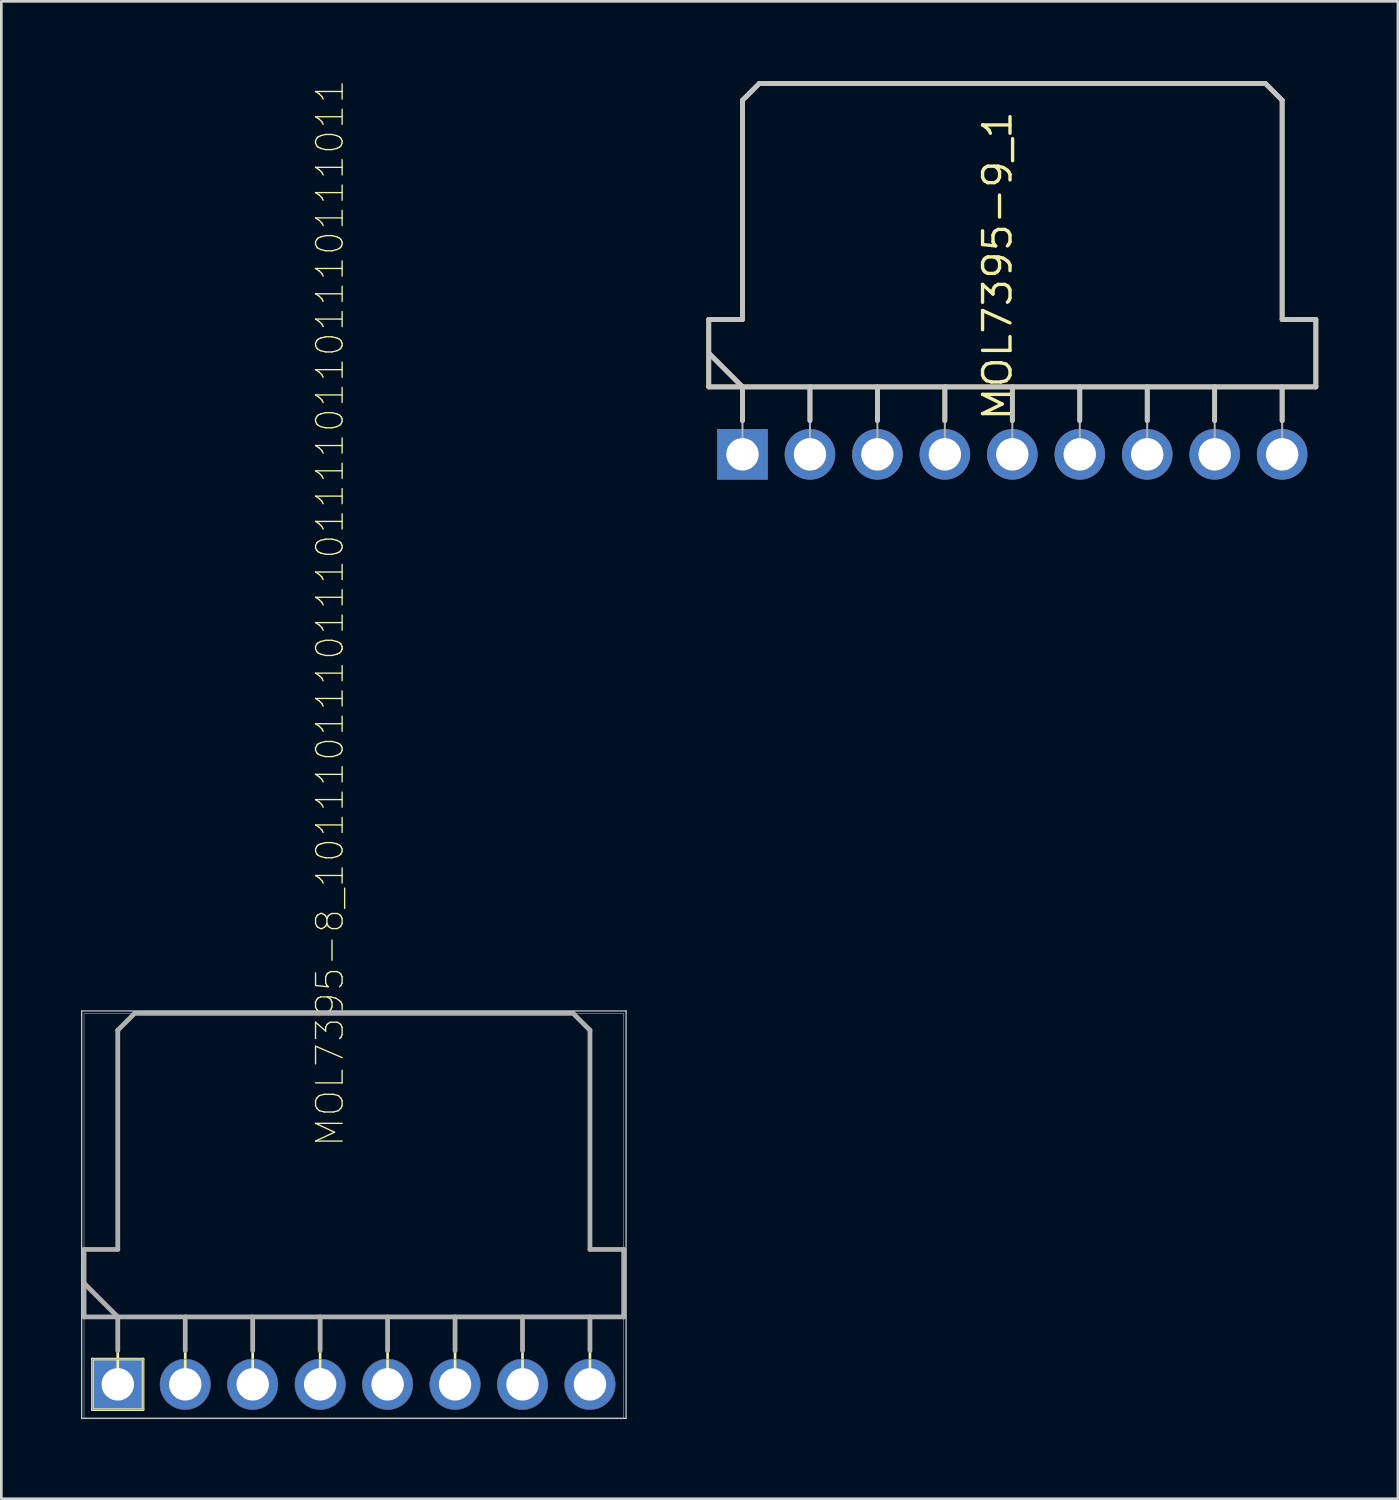
<source format=kicad_pcb>
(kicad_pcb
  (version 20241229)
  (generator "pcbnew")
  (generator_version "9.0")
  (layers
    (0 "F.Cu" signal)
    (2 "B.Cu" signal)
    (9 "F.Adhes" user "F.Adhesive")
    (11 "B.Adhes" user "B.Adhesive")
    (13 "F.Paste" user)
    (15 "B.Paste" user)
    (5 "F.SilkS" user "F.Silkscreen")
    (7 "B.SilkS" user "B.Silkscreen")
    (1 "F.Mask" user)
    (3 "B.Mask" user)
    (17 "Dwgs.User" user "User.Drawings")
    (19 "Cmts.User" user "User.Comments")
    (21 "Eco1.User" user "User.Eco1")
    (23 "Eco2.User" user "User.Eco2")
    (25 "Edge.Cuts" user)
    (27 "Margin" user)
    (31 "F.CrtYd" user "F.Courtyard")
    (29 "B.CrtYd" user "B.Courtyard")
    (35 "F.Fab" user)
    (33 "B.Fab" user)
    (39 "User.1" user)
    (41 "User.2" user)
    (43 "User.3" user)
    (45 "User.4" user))
  (footprint "MOL7395-8_10111011101110111101101110111011"
    (placed yes)
    (layer "F.Cu")
    (at 1.385 49.078)
    (property "Reference" "MOL7395-8_10111011101110111101101110111011" (at 8.572 -8.89 90) (layer "F.SilkS") (effects (font (size 1 1) (thickness 0.05)) (justify left bottom)))
    (attr through_hole)
    (fp_line (start -1.27 -5.08) (end -1.27 -2.54) (stroke (width 0.1) (type solid)) (layer "F.SilkS"))
    (fp_line (start -1.27 -2.54) (end 19.05 -2.54) (stroke (width 0.1) (type solid)) (layer "F.SilkS"))
    (fp_line (start -0.953 -0.953) (end -0.953 0.953) (stroke (width 0.1) (type solid)) (layer "F.SilkS"))
    (fp_line (start -0.953 0.953) (end 0.953 0.953) (stroke (width 0.1) (type solid)) (layer "F.SilkS"))
    (fp_line (start 0 -13.335) (end 0 -5.08) (stroke (width 0.1) (type solid)) (layer "F.SilkS"))
    (fp_line (start 0 -5.08) (end -1.27 -5.08) (stroke (width 0.1) (type solid)) (layer "F.SilkS"))
    (fp_line (start 0 -2.54) (end -1.25 -3.79) (stroke (width 0.1) (type solid)) (layer "F.SilkS"))
    (fp_line (start 0 0) (end 0 -2.54) (stroke (width 0.1) (type solid)) (layer "F.SilkS"))
    (fp_line (start 0.635 -13.97) (end 0 -13.335) (stroke (width 0.1) (type solid)) (layer "F.SilkS"))
    (fp_line (start 0.953 -0.953) (end -0.953 -0.953) (stroke (width 0.1) (type solid)) (layer "F.SilkS"))
    (fp_line (start 0.953 0.953) (end 0.953 -0.953) (stroke (width 0.1) (type solid)) (layer "F.SilkS"))
    (fp_line (start 2.54 0) (end 2.54 -2.54) (stroke (width 0.1) (type solid)) (layer "F.SilkS"))
    (fp_line (start 5.08 0) (end 5.08 -2.54) (stroke (width 0.1) (type solid)) (layer "F.SilkS"))
    (fp_line (start 7.62 0) (end 7.62 -2.54) (stroke (width 0.1) (type solid)) (layer "F.SilkS"))
    (fp_line (start 10.16 0) (end 10.16 -2.54) (stroke (width 0.1) (type solid)) (layer "F.SilkS"))
    (fp_line (start 12.7 0) (end 12.7 -2.54) (stroke (width 0.1) (type solid)) (layer "F.SilkS"))
    (fp_line (start 15.24 0) (end 15.24 -2.54) (stroke (width 0.1) (type solid)) (layer "F.SilkS"))
    (fp_line (start 17.145 -13.97) (end 0.635 -13.97) (stroke (width 0.1) (type solid)) (layer "F.SilkS"))
    (fp_line (start 17.78 -13.335) (end 17.145 -13.97) (stroke (width 0.1) (type solid)) (layer "F.SilkS"))
    (fp_line (start 17.78 -5.08) (end 17.78 -13.335) (stroke (width 0.1) (type solid)) (layer "F.SilkS"))
    (fp_line (start 17.78 0) (end 17.78 -2.54) (stroke (width 0.1) (type solid)) (layer "F.SilkS"))
    (fp_line (start 19.05 -5.08) (end 17.78 -5.08) (stroke (width 0.1) (type solid)) (layer "F.SilkS"))
    (fp_line (start 19.05 -2.54) (end 19.05 -5.08) (stroke (width 0.1) (type solid)) (layer "F.SilkS"))
    (fp_line (start -1.36 -14.06) (end 19.14 -14.06) (stroke (width 0.05) (type solid)) (layer "Dwgs.User"))
    (fp_line (start -1.36 1.283) (end -1.36 -14.06) (stroke (width 0.05) (type solid)) (layer "Dwgs.User"))
    (fp_line (start 19.14 -14.06) (end 19.14 1.283) (stroke (width 0.05) (type solid)) (layer "Dwgs.User"))
    (fp_line (start 19.14 1.283) (end -1.36 1.283) (stroke (width 0.05) (type solid)) (layer "Dwgs.User"))
    (fp_arc (start 3.4925 0) (mid 1.5875 0) (end 3.4925 0) (stroke (width 0.02) (type solid)) (layer "B.Fab"))
    (fp_arc (start 6.0325 0) (mid 4.1275 0) (end 6.0325 0) (stroke (width 0.02) (type solid)) (layer "B.Fab"))
    (fp_arc (start 8.5725 0) (mid 6.6675 0) (end 8.5725 0) (stroke (width 0.02) (type solid)) (layer "B.Fab"))
    (fp_arc (start 11.1125 0) (mid 9.2075 0) (end 11.1125 0) (stroke (width 0.02) (type solid)) (layer "B.Fab"))
    (fp_arc (start 13.6525 0) (mid 11.7475 0) (end 13.6525 0) (stroke (width 0.02) (type solid)) (layer "B.Fab"))
    (fp_arc (start 16.1925 0) (mid 14.2875 0) (end 16.1925 0) (stroke (width 0.02) (type solid)) (layer "B.Fab"))
    (fp_arc (start 18.7325 0) (mid 16.8275 0) (end 18.7325 0) (stroke (width 0.02) (type solid)) (layer "B.Fab"))
    (fp_poly (pts (xy 0.953 -0.953) (xy 0.953 0.953) (xy -0.953 0.953) (xy -0.953 -0.953)) (stroke (width 0.02) (type solid)) (fill no) (layer "B.Fab"))
    (fp_line (start -1.27 -5.08) (end -1.27 -2.54) (stroke (width 0.18) (type solid)) (layer "F.Fab"))
    (fp_line (start -1.27 -2.54) (end 19.05 -2.54) (stroke (width 0.18) (type solid)) (layer "F.Fab"))
    (fp_line (start 0 -13.335) (end 0 -5.08) (stroke (width 0.18) (type solid)) (layer "F.Fab"))
    (fp_line (start 0 -5.08) (end -1.27 -5.08) (stroke (width 0.18) (type solid)) (layer "F.Fab"))
    (fp_line (start 0 -2.54) (end -1.25 -3.79) (stroke (width 0.18) (type solid)) (layer "F.Fab"))
    (fp_line (start 0 -1.27) (end 0 -2.54) (stroke (width 0.18) (type solid)) (layer "F.Fab"))
    (fp_line (start 0.635 -13.97) (end 0 -13.335) (stroke (width 0.18) (type solid)) (layer "F.Fab"))
    (fp_line (start 2.54 -1.27) (end 2.54 -2.54) (stroke (width 0.18) (type solid)) (layer "F.Fab"))
    (fp_line (start 5.08 -1.27) (end 5.08 -2.54) (stroke (width 0.18) (type solid)) (layer "F.Fab"))
    (fp_line (start 7.62 -1.27) (end 7.62 -2.54) (stroke (width 0.18) (type solid)) (layer "F.Fab"))
    (fp_line (start 10.16 -1.27) (end 10.16 -2.54) (stroke (width 0.18) (type solid)) (layer "F.Fab"))
    (fp_line (start 12.7 -1.27) (end 12.7 -2.54) (stroke (width 0.18) (type solid)) (layer "F.Fab"))
    (fp_line (start 15.24 -1.27) (end 15.24 -2.54) (stroke (width 0.18) (type solid)) (layer "F.Fab"))
    (fp_line (start 17.145 -13.97) (end 0.635 -13.97) (stroke (width 0.18) (type solid)) (layer "F.Fab"))
    (fp_line (start 17.78 -13.335) (end 17.145 -13.97) (stroke (width 0.18) (type solid)) (layer "F.Fab"))
    (fp_line (start 17.78 -5.08) (end 17.78 -13.335) (stroke (width 0.18) (type solid)) (layer "F.Fab"))
    (fp_line (start 17.78 -1.27) (end 17.78 -2.54) (stroke (width 0.18) (type solid)) (layer "F.Fab"))
    (fp_line (start 19.05 -5.08) (end 17.78 -5.08) (stroke (width 0.18) (type solid)) (layer "F.Fab"))
    (fp_line (start 19.05 -2.54) (end 19.05 -5.08) (stroke (width 0.18) (type solid)) (layer "F.Fab"))
    (fp_poly (pts (xy -1.27 -13.97) (xy 19.05 -13.97) (xy 19.05 1.27) (xy -1.27 1.27) (xy -1.27 -13.97)) (stroke (width 0.02) (type solid)) (fill no) (layer "F.Fab"))
    (pad "1" thru_hole rect (at 0 0) (size 1.905 1.905) (drill 1.219) (layers "*.Cu" "*.Mask"))
    (pad "2" thru_hole circle (at 2.54 0) (size 1.905 1.905) (drill 1.219) (layers "*.Cu" "*.Mask"))
    (pad "3" thru_hole circle (at 5.08 0) (size 1.905 1.905) (drill 1.219) (layers "*.Cu" "*.Mask"))
    (pad "4" thru_hole circle (at 7.62 0) (size 1.905 1.905) (drill 1.219) (layers "*.Cu" "*.Mask"))
    (pad "5" thru_hole circle (at 10.16 0) (size 1.905 1.905) (drill 1.219) (layers "*.Cu" "*.Mask"))
    (pad "6" thru_hole circle (at 12.7 0) (size 1.905 1.905) (drill 1.219) (layers "*.Cu" "*.Mask"))
    (pad "7" thru_hole circle (at 15.24 0) (size 1.905 1.905) (drill 1.219) (layers "*.Cu" "*.Mask"))
    (pad "8" thru_hole circle (at 17.78 0) (size 1.905 1.905) (drill 1.219) (layers "*.Cu" "*.Mask")))
  (footprint "MOL7395-9_1"
    (layer "F.Cu")
    (at 24.909 14.059)
    (property "Reference" "MOL7395-9_1" (at 9.601 -7.099 90) (unlocked yes) (layer "F.SilkS") (effects (font (size 1.033 1.087) (thickness 0.127))))
    (attr smd)
    (fp_line (start -1.27 -5.08) (end 0 -5.08) (stroke (width 0.178) (type solid)) (layer "F.SilkS"))
    (fp_line (start -1.27 -2.54) (end -1.27 -5.08) (stroke (width 0.178) (type solid)) (layer "F.SilkS"))
    (fp_line (start -1.27 -2.54) (end 21.59 -2.54) (stroke (width 0.178) (type solid)) (layer "F.SilkS"))
    (fp_line (start -1.245 -3.785) (end 0 -2.54) (stroke (width 0.178) (type solid)) (layer "F.SilkS"))
    (fp_line (start 0 -13.335) (end 0.635 -13.97) (stroke (width 0.178) (type solid)) (layer "F.SilkS"))
    (fp_line (start 0 -5.08) (end 0 -13.335) (stroke (width 0.178) (type solid)) (layer "F.SilkS"))
    (fp_line (start 0 -1.27) (end 0 -2.54) (stroke (width 0.178) (type solid)) (layer "F.SilkS"))
    (fp_line (start 0.635 -13.97) (end 19.685 -13.97) (stroke (width 0.178) (type solid)) (layer "F.SilkS"))
    (fp_line (start 2.54 -1.27) (end 2.54 -2.54) (stroke (width 0.178) (type solid)) (layer "F.SilkS"))
    (fp_line (start 5.08 -1.27) (end 5.08 -2.54) (stroke (width 0.178) (type solid)) (layer "F.SilkS"))
    (fp_line (start 7.62 -1.27) (end 7.62 -2.54) (stroke (width 0.178) (type solid)) (layer "F.SilkS"))
    (fp_line (start 10.16 -1.27) (end 10.16 -2.54) (stroke (width 0.178) (type solid)) (layer "F.SilkS"))
    (fp_line (start 12.7 -1.27) (end 12.7 -2.54) (stroke (width 0.178) (type solid)) (layer "F.SilkS"))
    (fp_line (start 15.24 -1.27) (end 15.24 -2.54) (stroke (width 0.178) (type solid)) (layer "F.SilkS"))
    (fp_line (start 17.78 -1.27) (end 17.78 -2.54) (stroke (width 0.178) (type solid)) (layer "F.SilkS"))
    (fp_line (start 19.685 -13.97) (end 20.32 -13.335) (stroke (width 0.178) (type solid)) (layer "F.SilkS"))
    (fp_line (start 20.32 -5.08) (end 20.32 -13.335) (stroke (width 0.178) (type solid)) (layer "F.SilkS"))
    (fp_line (start 20.32 -5.08) (end 21.59 -5.08) (stroke (width 0.178) (type solid)) (layer "F.SilkS"))
    (fp_line (start 20.32 -1.27) (end 20.32 -2.54) (stroke (width 0.178) (type solid)) (layer "F.SilkS"))
    (fp_line (start 21.59 -2.54) (end 21.59 -5.08) (stroke (width 0.178) (type solid)) (layer "F.SilkS"))
    (fp_line (start -1.27 -5.08) (end 0 -5.08) (stroke (width 0.178) (type solid)) (layer "Dwgs.User"))
    (fp_line (start -1.27 -2.54) (end -1.27 -5.08) (stroke (width 0.178) (type solid)) (layer "Dwgs.User"))
    (fp_line (start -1.27 -2.54) (end 21.59 -2.54) (stroke (width 0.178) (type solid)) (layer "Dwgs.User"))
    (fp_line (start -1.245 -3.785) (end 0 -2.54) (stroke (width 0.178) (type solid)) (layer "Dwgs.User"))
    (fp_line (start 0 -13.335) (end 0.635 -13.97) (stroke (width 0.178) (type solid)) (layer "Dwgs.User"))
    (fp_line (start 0 -5.08) (end 0 -13.335) (stroke (width 0.178) (type solid)) (layer "Dwgs.User"))
    (fp_line (start 0 -1.27) (end 0 -2.54) (stroke (width 0.178) (type solid)) (layer "Dwgs.User"))
    (fp_line (start 0.635 -13.97) (end 19.685 -13.97) (stroke (width 0.178) (type solid)) (layer "Dwgs.User"))
    (fp_line (start 2.54 -1.27) (end 2.54 -2.54) (stroke (width 0.178) (type solid)) (layer "Dwgs.User"))
    (fp_line (start 5.08 -1.27) (end 5.08 -2.54) (stroke (width 0.178) (type solid)) (layer "Dwgs.User"))
    (fp_line (start 7.62 -1.27) (end 7.62 -2.54) (stroke (width 0.178) (type solid)) (layer "Dwgs.User"))
    (fp_line (start 10.16 -1.27) (end 10.16 -2.54) (stroke (width 0.178) (type solid)) (layer "Dwgs.User"))
    (fp_line (start 12.7 -1.27) (end 12.7 -2.54) (stroke (width 0.178) (type solid)) (layer "Dwgs.User"))
    (fp_line (start 15.24 -1.27) (end 15.24 -2.54) (stroke (width 0.178) (type solid)) (layer "Dwgs.User"))
    (fp_line (start 17.78 -1.27) (end 17.78 -2.54) (stroke (width 0.178) (type solid)) (layer "Dwgs.User"))
    (fp_line (start 19.685 -13.97) (end 20.32 -13.335) (stroke (width 0.178) (type solid)) (layer "Dwgs.User"))
    (fp_line (start 20.32 -5.08) (end 20.32 -13.335) (stroke (width 0.178) (type solid)) (layer "Dwgs.User"))
    (fp_line (start 20.32 -5.08) (end 21.59 -5.08) (stroke (width 0.178) (type solid)) (layer "Dwgs.User"))
    (fp_line (start 20.32 -1.27) (end 20.32 -2.54) (stroke (width 0.178) (type solid)) (layer "Dwgs.User"))
    (fp_line (start 21.59 -2.54) (end 21.59 -5.08) (stroke (width 0.178) (type solid)) (layer "Dwgs.User"))
    (fp_line (start -1.27 -5.08) (end 0 -5.08) (stroke (width 0.076) (type solid)) (layer "F.Fab"))
    (fp_line (start -1.27 -2.54) (end -1.27 -5.08) (stroke (width 0.076) (type solid)) (layer "F.Fab"))
    (fp_line (start -1.27 -2.54) (end 21.59 -2.54) (stroke (width 0.076) (type solid)) (layer "F.Fab"))
    (fp_line (start -1.245 -3.785) (end 0 -2.54) (stroke (width 0.076) (type solid)) (layer "F.Fab"))
    (fp_line (start 0 -13.335) (end 0.635 -13.97) (stroke (width 0.076) (type solid)) (layer "F.Fab"))
    (fp_line (start 0 -5.08) (end 0 -13.335) (stroke (width 0.076) (type solid)) (layer "F.Fab"))
    (fp_line (start 0 0) (end 0 -2.54) (stroke (width 0.076) (type solid)) (layer "F.Fab"))
    (fp_line (start 0.635 -13.97) (end 19.685 -13.97) (stroke (width 0.076) (type solid)) (layer "F.Fab"))
    (fp_line (start 2.54 0) (end 2.54 -2.54) (stroke (width 0.076) (type solid)) (layer "F.Fab"))
    (fp_line (start 5.08 0) (end 5.08 -2.54) (stroke (width 0.076) (type solid)) (layer "F.Fab"))
    (fp_line (start 7.62 0) (end 7.62 -2.54) (stroke (width 0.076) (type solid)) (layer "F.Fab"))
    (fp_line (start 10.16 0) (end 10.16 -2.54) (stroke (width 0.076) (type solid)) (layer "F.Fab"))
    (fp_line (start 12.7 0) (end 12.7 -2.54) (stroke (width 0.076) (type solid)) (layer "F.Fab"))
    (fp_line (start 15.24 0) (end 15.24 -2.54) (stroke (width 0.076) (type solid)) (layer "F.Fab"))
    (fp_line (start 17.78 0) (end 17.78 -2.54) (stroke (width 0.076) (type solid)) (layer "F.Fab"))
    (fp_line (start 19.685 -13.97) (end 20.32 -13.335) (stroke (width 0.076) (type solid)) (layer "F.Fab"))
    (fp_line (start 20.32 -5.08) (end 20.32 -13.335) (stroke (width 0.076) (type solid)) (layer "F.Fab"))
    (fp_line (start 20.32 -5.08) (end 21.59 -5.08) (stroke (width 0.076) (type solid)) (layer "F.Fab"))
    (fp_line (start 20.32 0) (end 20.32 -2.54) (stroke (width 0.076) (type solid)) (layer "F.Fab"))
    (fp_line (start 21.59 -2.54) (end 21.59 -5.08) (stroke (width 0.076) (type solid)) (layer "F.Fab"))
    (pad "1" thru_hole rect (at 0 0) (size 1.905 1.905) (drill 1.219) (layers "*.Cu" "*.Mask"))
    (pad "2" thru_hole circle (at 2.54 0) (size 1.905 1.905) (drill 1.219) (layers "*.Cu" "*.Mask"))
    (pad "3" thru_hole circle (at 5.08 0) (size 1.905 1.905) (drill 1.219) (layers "*.Cu" "*.Mask"))
    (pad "4" thru_hole circle (at 7.62 0) (size 1.905 1.905) (drill 1.219) (layers "*.Cu" "*.Mask"))
    (pad "5" thru_hole circle (at 10.16 0) (size 1.905 1.905) (drill 1.219) (layers "*.Cu" "*.Mask"))
    (pad "6" thru_hole circle (at 12.7 0) (size 1.905 1.905) (drill 1.219) (layers "*.Cu" "*.Mask"))
    (pad "7" thru_hole circle (at 15.24 0) (size 1.905 1.905) (drill 1.219) (layers "*.Cu" "*.Mask"))
    (pad "8" thru_hole circle (at 17.78 0) (size 1.905 1.905) (drill 1.219) (layers "*.Cu" "*.Mask"))
    (pad "9" thru_hole circle (at 20.32 0) (size 1.905 1.905) (drill 1.219) (layers "*.Cu" "*.Mask")))
  (gr_rect
    (start -3 -3)
    (end 49.588 53.386)
    (stroke (width 0.1) (type default))
    (fill no)
    (layer "Edge.Cuts")))
</source>
